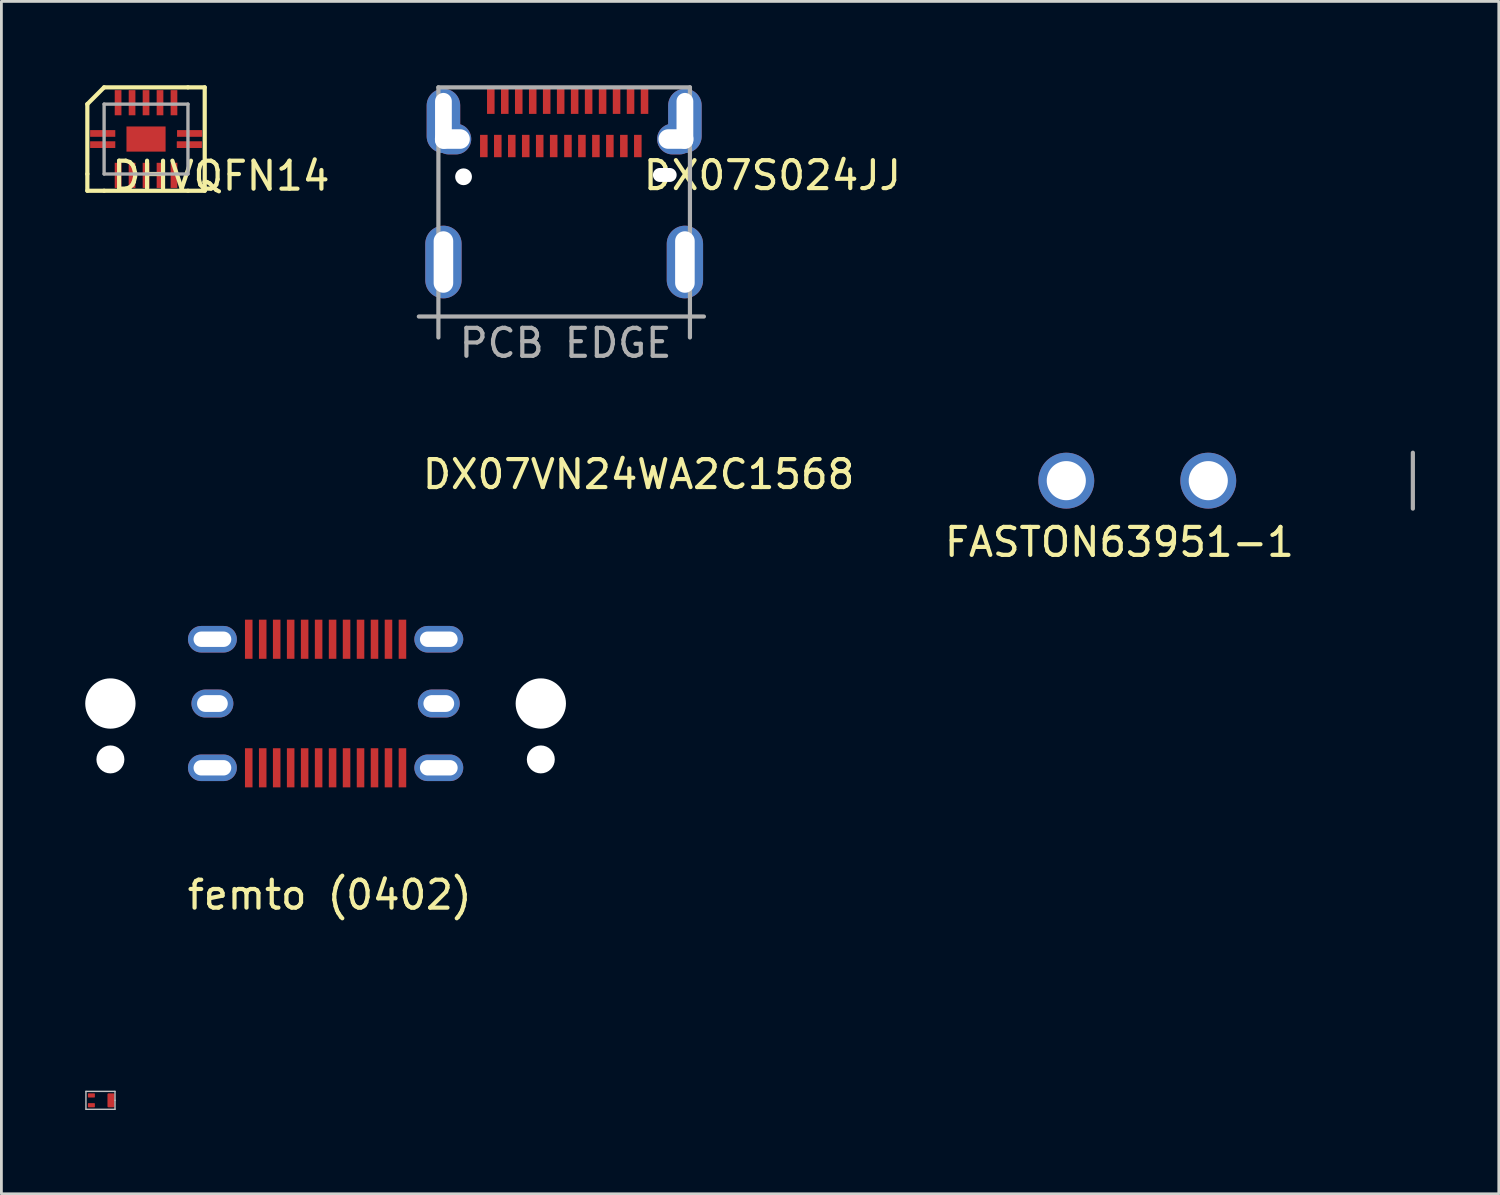
<source format=kicad_pcb>
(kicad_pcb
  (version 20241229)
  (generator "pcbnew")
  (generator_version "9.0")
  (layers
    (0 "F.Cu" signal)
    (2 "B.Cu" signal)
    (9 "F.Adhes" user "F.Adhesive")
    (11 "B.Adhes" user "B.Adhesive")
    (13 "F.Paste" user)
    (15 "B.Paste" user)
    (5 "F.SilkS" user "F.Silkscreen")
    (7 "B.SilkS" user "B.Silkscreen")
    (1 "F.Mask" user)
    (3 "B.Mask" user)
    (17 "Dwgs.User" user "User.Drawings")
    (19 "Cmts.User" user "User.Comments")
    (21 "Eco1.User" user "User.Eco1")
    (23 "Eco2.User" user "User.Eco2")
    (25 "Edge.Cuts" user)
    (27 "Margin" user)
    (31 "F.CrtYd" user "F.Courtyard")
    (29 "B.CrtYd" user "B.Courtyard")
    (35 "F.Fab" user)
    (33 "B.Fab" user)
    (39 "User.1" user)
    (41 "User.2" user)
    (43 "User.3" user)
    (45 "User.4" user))
  (footprint "FASTON63951-1"
    (layer "F.Cu")
    (at 35.102 14.148)
    (property "Reference" "FASTON63951-1" (at 1.9 2.2 0) (layer "F.SilkS") (effects (font (size 1 1) (thickness 0.15))))
    (attr through_hole)
    (fp_line (start 12.4 -1) (end 12.4 1) (stroke (width 0.15) (type solid)) (layer "F.Fab"))
    (pad "1" thru_hole circle (at 0 0) (size 2 2) (drill 1.4) (layers "*.Cu" "*.Mask"))
    (pad "1" thru_hole circle (at 5.08 0) (size 2 2) (drill 1.4) (layers "*.Cu" "*.Mask")))
  (footprint "DX07S024JJ"
    (layer "F.Cu")
    (at 17.136 6.325)
    (property "Reference" "DX07S024JJ" (at 7.45 -3.1 0) (layer "F.SilkS") (effects (font (size 1 1) (thickness 0.15))))
    (attr through_hole)
    (fp_line (start -4.5 -6.25) (end 4.5 -6.25) (stroke (width 0.15) (type solid)) (layer "F.Fab"))
    (fp_line (start -4.5 2.7) (end -4.5 -6.25) (stroke (width 0.15) (type solid)) (layer "F.Fab"))
    (fp_line (start 4.5 2.7) (end 4.5 -6.25) (stroke (width 0.15) (type solid)) (layer "F.Fab"))
    (fp_line (start 5 1.95) (end -5.2 1.95) (stroke (width 0.15) (type solid)) (layer "F.Fab"))
    (fp_text user "PCB EDGE" (at 0.05 2.9 0) (layer "F.Fab") (effects (font (size 1 1) (thickness 0.15))))
    (pad "" np_thru_hole oval (at -4.32 -5.05) (size 1.2 2.3) (drill oval 0.6 2) (layers "*.Cu" "*.Mask"))
    (pad "" np_thru_hole oval (at -4.32 0) (size 1.3 2.6) (drill oval 0.7 2.2) (layers "*.Cu" "*.Mask"))
    (pad "" np_thru_hole oval (at -4 -4.4) (size 1.35 1.1) (drill oval 1.25 0.7) (layers "*.Cu" "*.Mask"))
    (pad "" np_thru_hole circle (at -3.6 -3.05) (size 0.6 0.6) (drill 0.6) (layers "*.Cu" "*.Mask"))
    (pad "" np_thru_hole oval (at 3.6 -3.115) (size 0.85 0.5) (drill oval 0.85 0.5) (layers "*.Cu" "*.Mask"))
    (pad "" np_thru_hole oval (at 4 -4.4) (size 1.35 1.1) (drill oval 1.25 0.7) (layers "*.Cu" "*.Mask"))
    (pad "" np_thru_hole oval (at 4.32 -5.05) (size 1.2 2.3) (drill oval 0.6 2) (layers "*.Cu" "*.Mask"))
    (pad "" np_thru_hole oval (at 4.32 0) (size 1.3 2.6) (drill oval 0.7 2.2) (layers "*.Cu" "*.Mask"))
    (pad "A1" smd rect (at -2.625 -5.75) (size 0.27 0.9) (layers "F.Cu" "F.Mask" "F.Paste"))
    (pad "A2" smd rect (at -2.125 -5.75) (size 0.27 0.9) (layers "F.Cu" "F.Mask" "F.Paste"))
    (pad "A3" smd rect (at -1.625 -5.75) (size 0.27 0.9) (layers "F.Cu" "F.Mask" "F.Paste"))
    (pad "A4" smd rect (at -1.125 -5.75) (size 0.27 0.9) (layers "F.Cu" "F.Mask" "F.Paste"))
    (pad "A5" smd rect (at -0.625 -5.75) (size 0.27 0.9) (layers "F.Cu" "F.Mask" "F.Paste"))
    (pad "A6" smd rect (at -0.125 -5.75) (size 0.27 0.9) (layers "F.Cu" "F.Mask" "F.Paste"))
    (pad "A7" smd rect (at 0.375 -5.75) (size 0.27 0.9) (layers "F.Cu" "F.Mask" "F.Paste"))
    (pad "A8" smd rect (at 0.875 -5.75) (size 0.27 0.9) (layers "F.Cu" "F.Mask" "F.Paste"))
    (pad "A9" smd rect (at 1.375 -5.75) (size 0.27 0.9) (layers "F.Cu" "F.Mask" "F.Paste"))
    (pad "A10" smd rect (at 1.875 -5.75) (size 0.27 0.9) (layers "F.Cu" "F.Mask" "F.Paste"))
    (pad "A11" smd rect (at 2.375 -5.75) (size 0.27 0.9) (layers "F.Cu" "F.Mask" "F.Paste"))
    (pad "A12" smd rect (at 2.875 -5.75) (size 0.27 0.9) (layers "F.Cu" "F.Mask" "F.Paste"))
    (pad "B1" smd rect (at 2.635 -4.15) (size 0.27 0.8) (layers "F.Cu" "F.Mask" "F.Paste"))
    (pad "B2" smd rect (at 2.135 -4.15) (size 0.27 0.8) (layers "F.Cu" "F.Mask" "F.Paste"))
    (pad "B3" smd rect (at 1.635 -4.15) (size 0.27 0.8) (layers "F.Cu" "F.Mask" "F.Paste"))
    (pad "B4" smd rect (at 1.135 -4.15) (size 0.27 0.8) (layers "F.Cu" "F.Mask" "F.Paste"))
    (pad "B5" smd rect (at 0.635 -4.15) (size 0.27 0.8) (layers "F.Cu" "F.Mask" "F.Paste"))
    (pad "B6" smd rect (at 0.135 -4.15) (size 0.27 0.8) (layers "F.Cu" "F.Mask" "F.Paste"))
    (pad "B7" smd rect (at -0.375 -4.15) (size 0.27 0.8) (layers "F.Cu" "F.Mask" "F.Paste"))
    (pad "B8" smd rect (at -0.875 -4.15) (size 0.27 0.8) (layers "F.Cu" "F.Mask" "F.Paste"))
    (pad "B9" smd rect (at -1.375 -4.15) (size 0.27 0.8) (layers "F.Cu" "F.Mask" "F.Paste"))
    (pad "B10" smd rect (at -1.875 -4.15) (size 0.27 0.8) (layers "F.Cu" "F.Mask" "F.Paste"))
    (pad "B11" smd rect (at -2.375 -4.15) (size 0.27 0.8) (layers "F.Cu" "F.Mask" "F.Paste"))
    (pad "B12" smd rect (at -2.875 -4.15) (size 0.27 0.8) (layers "F.Cu" "F.Mask" "F.Paste")))
  (footprint "femto (0402)"
    (layer "F.Cu")
    (at 0.545 36.32)
    (property "Reference" "femto (0402)" (at 8.2 -7.35 0) (layer "F.SilkS") (effects (font (size 1 1) (thickness 0.15))))
    (attr through_hole)
    (fp_line (start -0.52 -0.32) (end -0.52 0.32) (stroke (width 0.05) (type solid)) (layer "Dwgs.User"))
    (fp_line (start -0.52 0.32) (end 0.52 0.32) (stroke (width 0.05) (type solid)) (layer "Dwgs.User"))
    (fp_line (start 0.52 -0.32) (end -0.52 -0.32) (stroke (width 0.05) (type solid)) (layer "Dwgs.User"))
    (fp_line (start 0.52 0) (end 0.52 -0.32) (stroke (width 0.05) (type solid)) (layer "Dwgs.User"))
    (fp_line (start 0.52 0.32) (end 0.52 0) (stroke (width 0.05) (type solid)) (layer "Dwgs.User"))
    (pad "1" smd roundrect (at -0.325 -0.175) (size 0.25 0.15) (layers "F.Cu" "F.Mask" "F.Paste") (roundrect_rratio 0.15))
    (pad "2" smd roundrect (at -0.325 0.175) (size 0.25 0.15) (layers "F.Cu" "F.Mask" "F.Paste") (roundrect_rratio 0.15))
    (pad "3" smd roundrect (at 0.375 0) (size 0.25 0.5) (layers "F.Cu" "F.Mask" "F.Paste") (roundrect_rratio 0.15)))
  (footprint "DX07VN24WA2C1568"
    (layer "F.Cu")
    (at 8.6 22.122)
    (property "Reference" "DX07VN24WA2C1568" (at 11.2 -8.2 0) (layer "F.SilkS") (effects (font (size 1 1) (thickness 0.15))))
    (attr through_hole)
    (pad "" np_thru_hole circle (at -7.7 0) (size 1.8 1.8) (drill 1.8) (layers "*.Cu" "*.Mask"))
    (pad "" np_thru_hole circle (at -7.7 2) (size 1 1) (drill 1) (layers "*.Cu" "*.Mask"))
    (pad "" np_thru_hole oval (at -4.05 -2.3) (size 1.75 0.95) (drill oval 1.35 0.55) (layers "*.Cu" "*.Mask"))
    (pad "" np_thru_hole oval (at -4.05 0) (size 1.5 1) (drill oval 1.1 0.6) (layers "*.Cu" "*.Mask"))
    (pad "" np_thru_hole oval (at -4.05 2.3) (size 1.75 0.95) (drill oval 1.35 0.55) (layers "*.Cu" "*.Mask"))
    (pad "" np_thru_hole oval (at 4.05 -2.3) (size 1.75 0.95) (drill oval 1.35 0.55) (layers "*.Cu" "*.Mask"))
    (pad "" np_thru_hole oval (at 4.05 0) (size 1.5 1) (drill oval 1.1 0.6) (layers "*.Cu" "*.Mask"))
    (pad "" np_thru_hole oval (at 4.05 2.3) (size 1.75 0.95) (drill oval 1.35 0.55) (layers "*.Cu" "*.Mask"))
    (pad "" np_thru_hole circle (at 7.7 0) (size 1.8 1.8) (drill 1.8) (layers "*.Cu" "*.Mask"))
    (pad "" np_thru_hole circle (at 7.7 2) (size 1 1) (drill 1) (layers "*.Cu" "*.Mask"))
    (pad "A01" smd rect (at 2.75 -2.3) (size 0.27 1.4) (layers "F.Cu" "F.Mask" "F.Paste"))
    (pad "A02" smd rect (at 2.25 -2.3) (size 0.27 1.4) (layers "F.Cu" "F.Mask" "F.Paste"))
    (pad "A03" smd rect (at 1.75 -2.3) (size 0.27 1.4) (layers "F.Cu" "F.Mask" "F.Paste"))
    (pad "A04" smd rect (at 1.25 -2.3) (size 0.27 1.4) (layers "F.Cu" "F.Mask" "F.Paste"))
    (pad "A05" smd rect (at 0.75 -2.3) (size 0.27 1.4) (layers "F.Cu" "F.Mask" "F.Paste"))
    (pad "A06" smd rect (at 0.25 -2.3) (size 0.27 1.4) (layers "F.Cu" "F.Mask" "F.Paste"))
    (pad "A07" smd rect (at -0.25 -2.3) (size 0.27 1.4) (layers "F.Cu" "F.Mask" "F.Paste"))
    (pad "A08" smd rect (at -0.75 -2.3) (size 0.27 1.4) (layers "F.Cu" "F.Mask" "F.Paste"))
    (pad "A09" smd rect (at -1.25 -2.3) (size 0.27 1.4) (layers "F.Cu" "F.Mask" "F.Paste"))
    (pad "A10" smd rect (at -1.75 -2.3) (size 0.27 1.4) (layers "F.Cu" "F.Mask" "F.Paste"))
    (pad "A11" smd rect (at -2.25 -2.3) (size 0.27 1.4) (layers "F.Cu" "F.Mask" "F.Paste"))
    (pad "A12" smd rect (at -2.75 -2.3) (size 0.27 1.4) (layers "F.Cu" "F.Mask" "F.Paste"))
    (pad "B01" smd rect (at -2.75 2.3) (size 0.27 1.4) (layers "F.Cu" "F.Mask" "F.Paste"))
    (pad "B02" smd rect (at -2.25 2.3) (size 0.27 1.4) (layers "F.Cu" "F.Mask" "F.Paste"))
    (pad "B03" smd rect (at -1.75 2.3) (size 0.27 1.4) (layers "F.Cu" "F.Mask" "F.Paste"))
    (pad "B04" smd rect (at -1.25 2.3) (size 0.27 1.4) (layers "F.Cu" "F.Mask" "F.Paste"))
    (pad "B05" smd rect (at -0.75 2.3) (size 0.27 1.4) (layers "F.Cu" "F.Mask" "F.Paste"))
    (pad "B06" smd rect (at -0.25 2.3) (size 0.27 1.4) (layers "F.Cu" "F.Mask" "F.Paste"))
    (pad "B07" smd rect (at 0.25 2.3) (size 0.27 1.4) (layers "F.Cu" "F.Mask" "F.Paste"))
    (pad "B08" smd rect (at 0.75 2.3) (size 0.27 1.4) (layers "F.Cu" "F.Mask" "F.Paste"))
    (pad "B09" smd rect (at 1.25 2.3) (size 0.27 1.4) (layers "F.Cu" "F.Mask" "F.Paste"))
    (pad "B10" smd rect (at 1.75 2.3) (size 0.27 1.4) (layers "F.Cu" "F.Mask" "F.Paste"))
    (pad "B11" smd rect (at 2.25 2.3) (size 0.27 1.4) (layers "F.Cu" "F.Mask" "F.Paste"))
    (pad "B12" smd rect (at 2.75 2.3) (size 0.27 1.4) (layers "F.Cu" "F.Mask" "F.Paste")))
  (footprint "DHVQFN14"
    (layer "F.Cu")
    (at 2.175 1.925)
    (property "Reference" "DHVQFN14" (at 2.68 1.32 0) (layer "F.SilkS") (effects (font (size 1 1) (thickness 0.15))))
    (attr smd)
    (fp_line (start -2.1 1.25) (end -2.1 -1.25) (stroke (width 0.15) (type solid)) (layer "F.SilkS"))
    (fp_line (start -2.1 1.25) (end -2.1 1.85) (stroke (width 0.15) (type solid)) (layer "F.SilkS"))
    (fp_line (start -2.1 1.85) (end -1.5 1.85) (stroke (width 0.15) (type solid)) (layer "F.SilkS"))
    (fp_line (start -1.5 -1.85) (end -2.1 -1.25) (stroke (width 0.15) (type solid)) (layer "F.SilkS"))
    (fp_line (start -1.5 -1.85) (end 1.5 -1.85) (stroke (width 0.15) (type solid)) (layer "F.SilkS"))
    (fp_line (start 1.5 1.85) (end -1.5 1.85) (stroke (width 0.15) (type solid)) (layer "F.SilkS"))
    (fp_line (start 1.5 1.85) (end 2.1 1.85) (stroke (width 0.15) (type solid)) (layer "F.SilkS"))
    (fp_line (start 2.1 -1.85) (end 1.5 -1.85) (stroke (width 0.15) (type solid)) (layer "F.SilkS"))
    (fp_line (start 2.1 1.85) (end 2.1 -1.85) (stroke (width 0.15) (type solid)) (layer "F.SilkS"))
    (fp_line (start -1.5 -1.25) (end -1.5 1.25) (stroke (width 0.12) (type solid)) (layer "F.Fab"))
    (fp_line (start -1.5 -1.25) (end 1.5 -1.25) (stroke (width 0.12) (type solid)) (layer "F.Fab"))
    (fp_line (start -1.5 1.25) (end 1.5 1.25) (stroke (width 0.12) (type solid)) (layer "F.Fab"))
    (fp_line (start 1.5 -1.25) (end 1.5 1.25) (stroke (width 0.12) (type solid)) (layer "F.Fab"))
    (pad "" smd rect (at 0 0) (size 1.4 0.9) (layers "F.Cu" "F.Mask" "F.Paste"))
    (pad "1" smd rect (at -1.55 -0.2) (size 0.9 0.24) (layers "F.Cu" "F.Mask" "F.Paste"))
    (pad "2" smd rect (at -1 -1.3 90) (size 0.9 0.24) (layers "F.Cu" "F.Mask" "F.Paste"))
    (pad "3" smd rect (at -0.5 -1.3 90) (size 0.9 0.24) (layers "F.Cu" "F.Mask" "F.Paste"))
    (pad "4" smd rect (at 0 -1.3 90) (size 0.9 0.24) (layers "F.Cu" "F.Mask" "F.Paste"))
    (pad "5" smd rect (at 0.5 -1.3 90) (size 0.9 0.24) (layers "F.Cu" "F.Mask" "F.Paste"))
    (pad "6" smd rect (at 1 -1.3 90) (size 0.9 0.24) (layers "F.Cu" "F.Mask" "F.Paste"))
    (pad "7" smd rect (at 1.56 -0.2) (size 0.9 0.24) (layers "F.Cu" "F.Mask" "F.Paste"))
    (pad "8" smd rect (at 1.55 0.2) (size 0.9 0.24) (layers "F.Cu" "F.Mask" "F.Paste"))
    (pad "9" smd rect (at 1 1.3 90) (size 0.9 0.24) (layers "F.Cu" "F.Mask" "F.Paste"))
    (pad "10" smd rect (at 0.5 1.3 90) (size 0.9 0.24) (layers "F.Cu" "F.Mask" "F.Paste"))
    (pad "11" smd rect (at 0 1.3 90) (size 0.9 0.24) (layers "F.Cu" "F.Mask" "F.Paste"))
    (pad "12" smd rect (at -0.5 1.3 90) (size 0.9 0.24) (layers "F.Cu" "F.Mask" "F.Paste"))
    (pad "13" smd rect (at -1 1.3 90) (size 0.9 0.24) (layers "F.Cu" "F.Mask" "F.Paste"))
    (pad "14" smd rect (at -1.55 0.2) (size 0.9 0.24) (layers "F.Cu" "F.Mask" "F.Paste")))
  (gr_rect
    (start -3 -3)
    (end 50.577 39.665)
    (stroke (width 0.1) (type default))
    (fill no)
    (layer "Edge.Cuts")))
</source>
